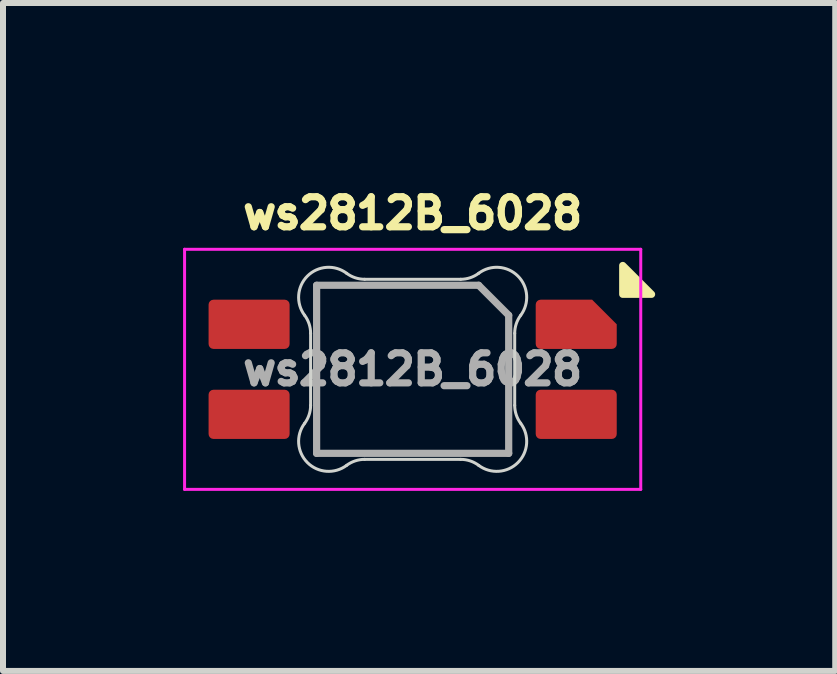
<source format=kicad_pcb>
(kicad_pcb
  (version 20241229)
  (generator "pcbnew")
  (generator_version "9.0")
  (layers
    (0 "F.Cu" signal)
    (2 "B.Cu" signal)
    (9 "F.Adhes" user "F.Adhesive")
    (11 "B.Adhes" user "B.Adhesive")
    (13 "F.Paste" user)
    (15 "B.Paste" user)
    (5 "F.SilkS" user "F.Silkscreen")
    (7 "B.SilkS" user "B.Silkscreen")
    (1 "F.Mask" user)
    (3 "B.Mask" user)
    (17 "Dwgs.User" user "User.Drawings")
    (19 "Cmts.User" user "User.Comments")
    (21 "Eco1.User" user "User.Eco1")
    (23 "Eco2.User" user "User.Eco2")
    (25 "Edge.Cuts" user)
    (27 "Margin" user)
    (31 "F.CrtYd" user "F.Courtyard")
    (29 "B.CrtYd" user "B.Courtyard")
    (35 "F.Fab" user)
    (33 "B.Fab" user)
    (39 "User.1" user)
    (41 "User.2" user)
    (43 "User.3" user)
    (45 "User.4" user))
  (footprint "ws2812B_6028"
    (layer "F.Cu")
    (at 3.825 3.103)
    (property "Reference" "ws2812B_6028" (at 0 -2.6 0) (unlocked yes) (layer "F.SilkS") (effects (font (size 0.5 0.5) (thickness 0.12))))
    (attr smd)
    (fp_poly (pts (xy 3.5 -1.25) (xy 3.5 -1.73) (xy 3.98 -1.25) (xy 3.5 -1.25)) (stroke (width 0.12) (type solid)) (fill yes) (layer "F.SilkS"))
    (fp_line (start -1.7 -0.6) (end -1.7 0.6) (stroke (width 0.05) (type default)) (layer "Edge.Cuts"))
    (fp_line (start -0.8 -1.5) (end 0.8 -1.5) (stroke (width 0.05) (type default)) (layer "Edge.Cuts"))
    (fp_line (start -0.8 1.5) (end 0.8 1.5) (stroke (width 0.05) (type default)) (layer "Edge.Cuts"))
    (fp_line (start 1.7 -0.6) (end 1.7 0.6) (stroke (width 0.05) (type default)) (layer "Edge.Cuts"))
    (fp_arc (start -1.8 -0.9) (mid -1.725658 -0.758114) (end -1.7 -0.6) (stroke (width 0.05) (type default)) (layer "Edge.Cuts"))
    (fp_arc (start -1.8 -0.9) (mid -1.753553 -1.553553) (end -1.1 -1.6) (stroke (width 0.05) (type default)) (layer "Edge.Cuts"))
    (fp_arc (start -1.7 0.6) (mid -1.725658 0.758114) (end -1.8 0.9) (stroke (width 0.05) (type default)) (layer "Edge.Cuts"))
    (fp_arc (start -1.1 1.6) (mid -1.753553 1.553553) (end -1.8 0.9) (stroke (width 0.05) (type default)) (layer "Edge.Cuts"))
    (fp_arc (start -1.1 1.6) (mid -0.958114 1.525658) (end -0.8 1.5) (stroke (width 0.05) (type default)) (layer "Edge.Cuts"))
    (fp_arc (start -0.8 -1.5) (mid -0.958114 -1.525658) (end -1.1 -1.6) (stroke (width 0.05) (type default)) (layer "Edge.Cuts"))
    (fp_arc (start 0.8 1.5) (mid 0.958114 1.525658) (end 1.1 1.6) (stroke (width 0.05) (type default)) (layer "Edge.Cuts"))
    (fp_arc (start 1.1 -1.6) (mid 0.958114 -1.525658) (end 0.8 -1.5) (stroke (width 0.05) (type default)) (layer "Edge.Cuts"))
    (fp_arc (start 1.1 -1.6) (mid 1.753553 -1.553553) (end 1.8 -0.9) (stroke (width 0.05) (type default)) (layer "Edge.Cuts"))
    (fp_arc (start 1.7 -0.6) (mid 1.725658 -0.758114) (end 1.8 -0.9) (stroke (width 0.05) (type default)) (layer "Edge.Cuts"))
    (fp_arc (start 1.8 0.9) (mid 1.753553 1.553553) (end 1.1 1.6) (stroke (width 0.05) (type default)) (layer "Edge.Cuts"))
    (fp_arc (start 1.8 0.9) (mid 1.725658 0.758114) (end 1.7 0.6) (stroke (width 0.05) (type default)) (layer "Edge.Cuts"))
    (fp_line (start -3.8 -2) (end -3.8 2) (stroke (width 0.05) (type solid)) (layer "F.CrtYd"))
    (fp_line (start -3.8 2) (end 3.8 2) (stroke (width 0.05) (type solid)) (layer "F.CrtYd"))
    (fp_line (start 3.8 -2) (end -3.8 -2) (stroke (width 0.05) (type solid)) (layer "F.CrtYd"))
    (fp_line (start 3.8 2) (end 3.8 -2) (stroke (width 0.05) (type solid)) (layer "F.CrtYd"))
    (fp_line (start -1.6 -1.4) (end -1.6 1.4) (stroke (width 0.12) (type solid)) (layer "F.Fab"))
    (fp_line (start -1.6 1.4) (end 1.6 1.4) (stroke (width 0.12) (type solid)) (layer "F.Fab"))
    (fp_line (start 1.1 -1.4) (end -1.6 -1.4) (stroke (width 0.12) (type solid)) (layer "F.Fab"))
    (fp_line (start 1.1 -1.4) (end 1.6 -0.9) (stroke (width 0.12) (type solid)) (layer "F.Fab"))
    (fp_line (start 1.6 1.4) (end 1.6 -0.9) (stroke (width 0.12) (type solid)) (layer "F.Fab"))
    (fp_text user "${REFERENCE}" (at 0 0 0) (unlocked yes) (layer "F.Fab") (effects (font (size 0.5 0.5) (thickness 0.12))))
    (pad "1" smd roundrect (at -2.725 0.75 270) (size 0.82 1.35) (layers "F.Cu" "F.Mask" "F.Paste") (roundrect_rratio 0.1))
    (pad "2" smd roundrect (at -2.725 -0.75 270) (size 0.82 1.35) (layers "F.Cu" "F.Mask" "F.Paste") (roundrect_rratio 0.1))
    (pad "3" smd roundrect (at 2.725 -0.75 270) (size 0.82 1.35) (layers "F.Cu" "F.Mask" "F.Paste") (roundrect_rratio 0.1) (chamfer_ratio 0.5) (chamfer top_left))
    (pad "4" smd roundrect (at 2.725 0.75 270) (size 0.82 1.35) (layers "F.Cu" "F.Mask" "F.Paste") (roundrect_rratio 0.1)))
  (gr_rect
    (start -3 -3)
    (end 10.865 8.128)
    (stroke (width 0.1) (type default))
    (fill no)
    (layer "Edge.Cuts")))
</source>
